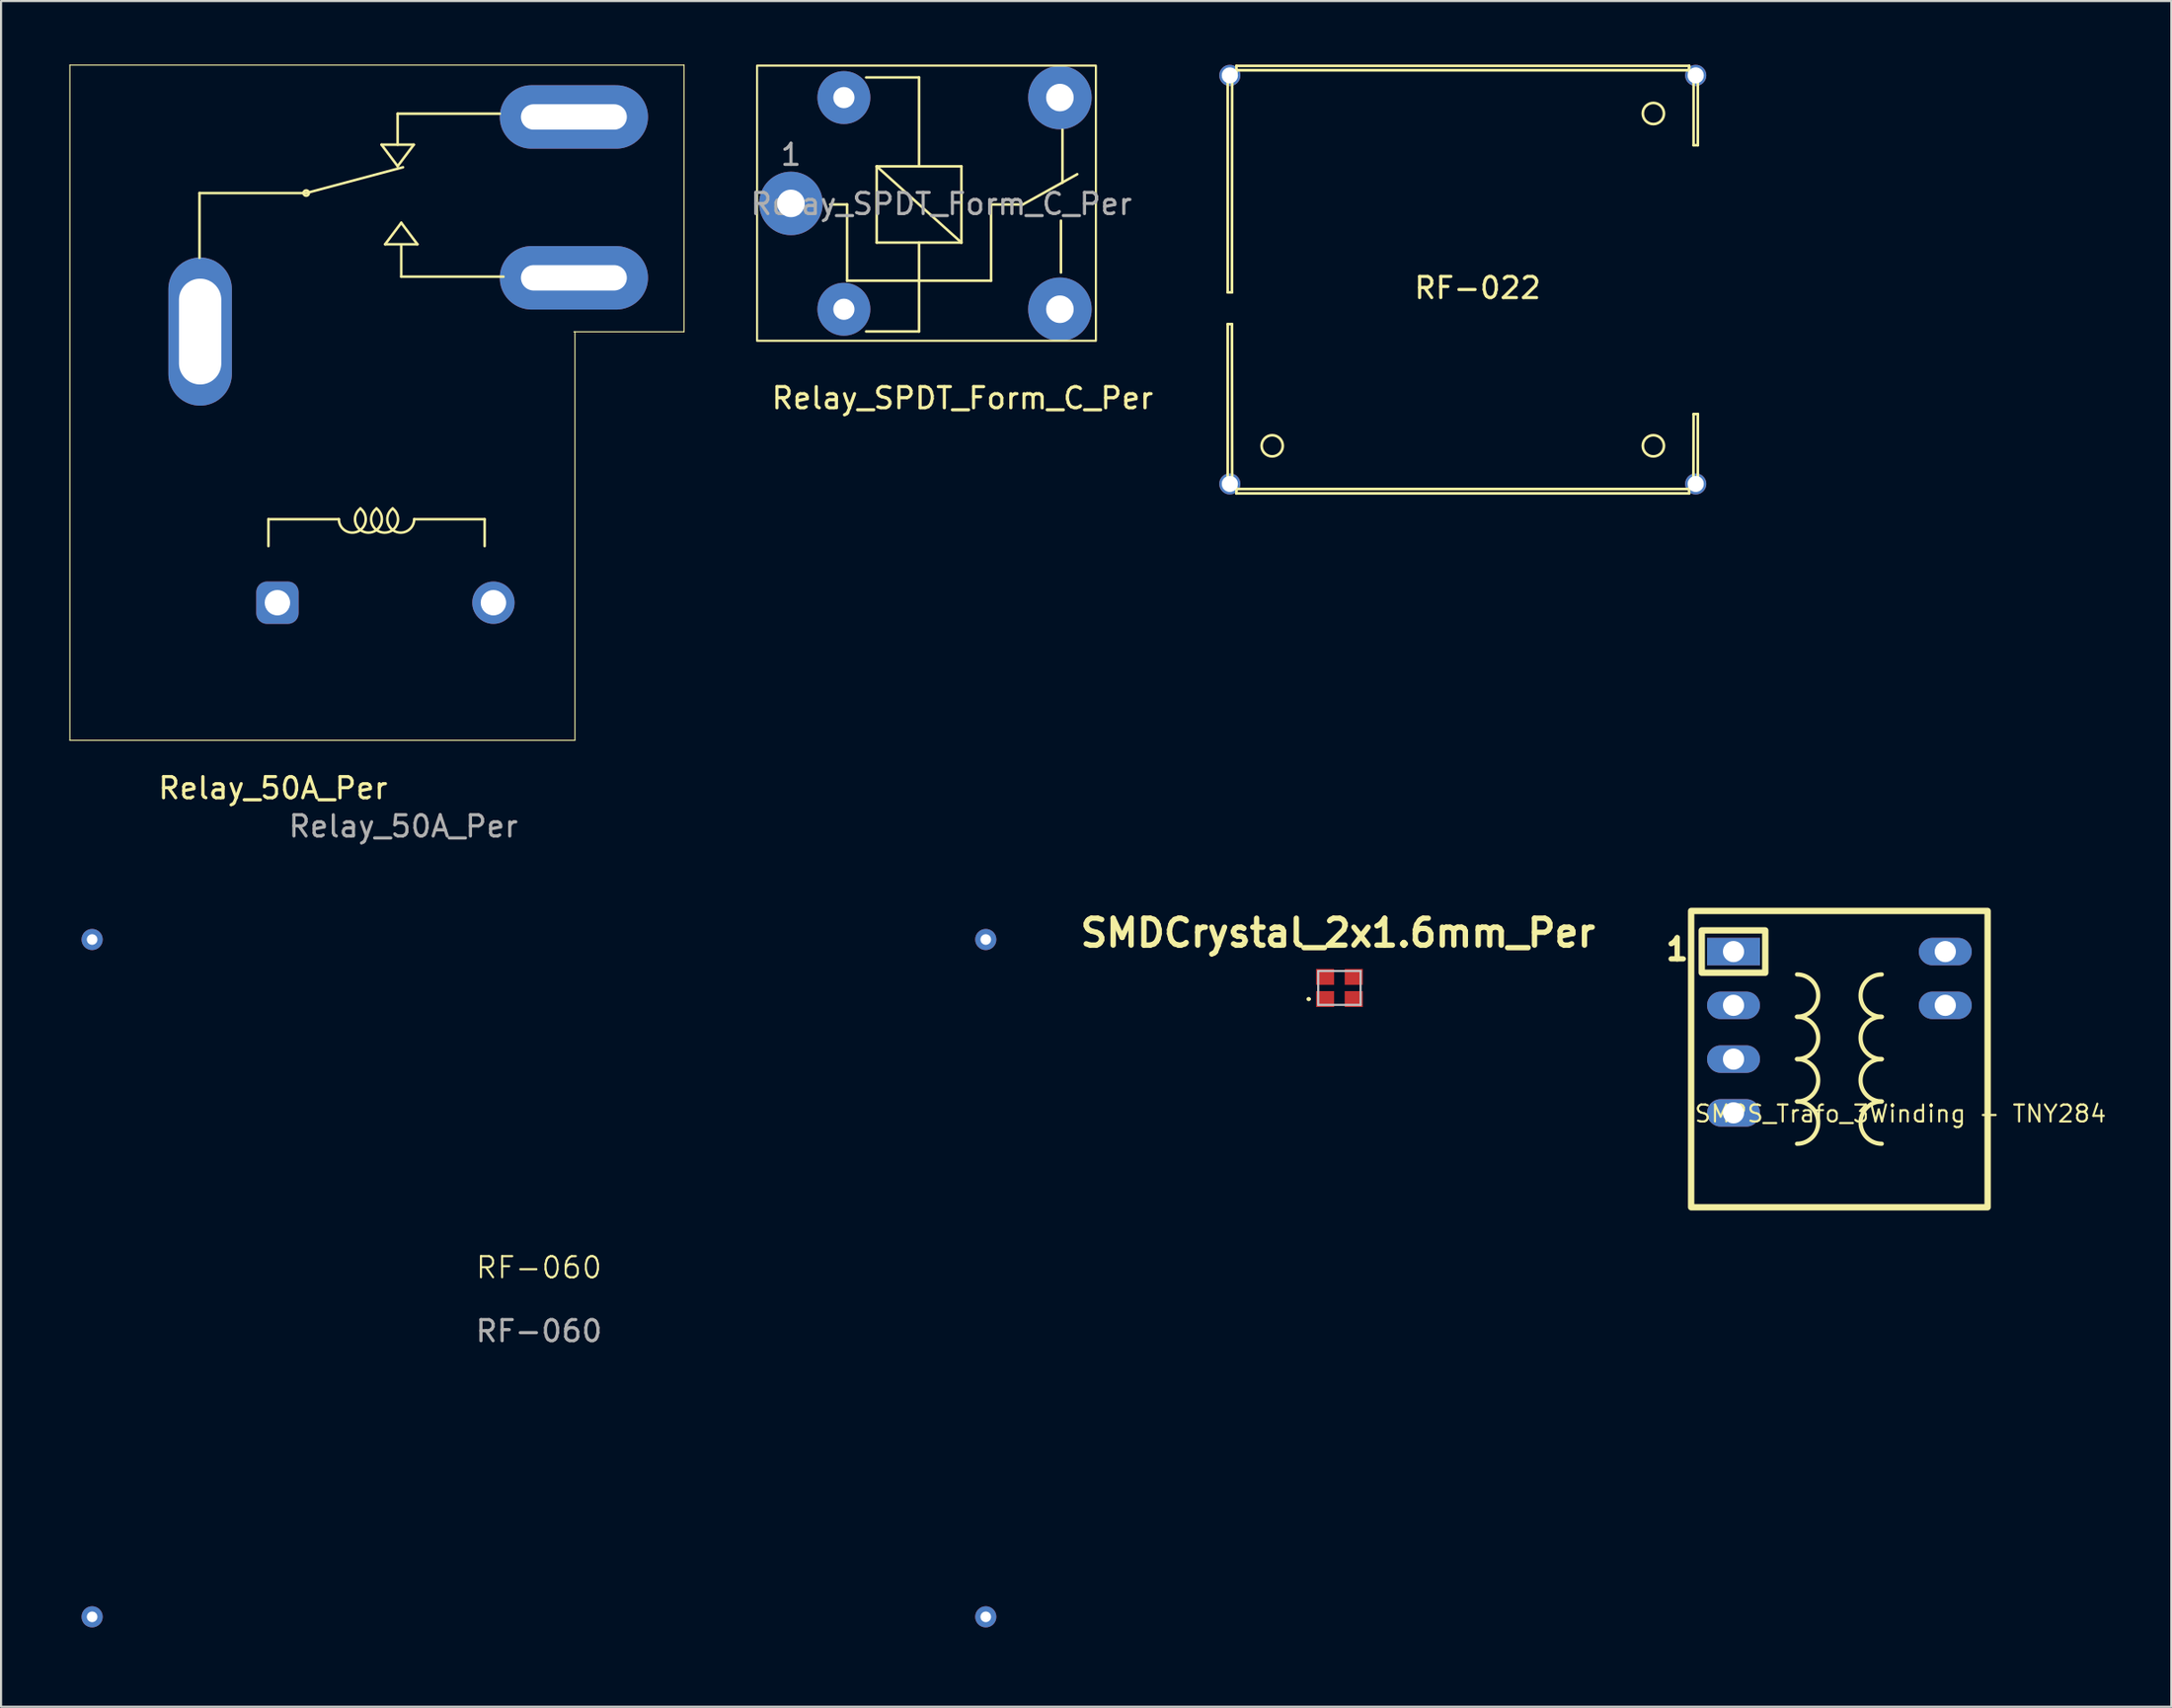
<source format=kicad_pcb>
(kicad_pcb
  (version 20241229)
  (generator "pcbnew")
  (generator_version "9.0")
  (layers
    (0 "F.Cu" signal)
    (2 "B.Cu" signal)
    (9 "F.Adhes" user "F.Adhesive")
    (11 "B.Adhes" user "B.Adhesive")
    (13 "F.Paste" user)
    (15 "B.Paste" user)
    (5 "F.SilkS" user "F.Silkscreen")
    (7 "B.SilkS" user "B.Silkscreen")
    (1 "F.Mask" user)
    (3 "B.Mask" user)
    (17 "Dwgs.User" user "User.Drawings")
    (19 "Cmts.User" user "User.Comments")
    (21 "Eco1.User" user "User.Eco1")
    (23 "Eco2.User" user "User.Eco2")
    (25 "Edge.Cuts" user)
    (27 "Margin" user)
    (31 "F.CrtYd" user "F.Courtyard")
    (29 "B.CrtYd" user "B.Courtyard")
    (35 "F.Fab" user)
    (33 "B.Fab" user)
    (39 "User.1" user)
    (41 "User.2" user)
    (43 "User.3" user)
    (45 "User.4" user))
  (footprint "Relay_50A_Per"
    (layer "F.Cu")
    (at 0.25 31.925)
    (property "Reference" "Relay_50A_Per" (at 9.59 2.26 180) (layer "F.SilkS") (effects (font (size 1 1) (thickness 0.15))))
    (attr through_hole)
    (fp_line (start 0 -31.9) (end 29 -31.9) (stroke (width 0.05) (type default)) (layer "F.SilkS"))
    (fp_line (start 0 0) (end 0 -31.9) (stroke (width 0.05) (type default)) (layer "F.SilkS"))
    (fp_line (start 6.12 -25.854) (end 6.12 -22.798) (stroke (width 0.12) (type solid)) (layer "F.SilkS"))
    (fp_line (start 9.375 -9.174) (end 9.375 -10.444) (stroke (width 0.12) (type solid)) (layer "F.SilkS"))
    (fp_line (start 11.16 -25.854) (end 6.12 -25.854) (stroke (width 0.12) (type solid)) (layer "F.SilkS"))
    (fp_line (start 11.16 -25.854) (end 15.732 -27.073) (stroke (width 0.12) (type solid)) (layer "F.SilkS"))
    (fp_line (start 12.702 -10.444) (end 9.375 -10.444) (stroke (width 0.12) (type solid)) (layer "F.SilkS"))
    (fp_line (start 15.478 -29.604) (end 20.304 -29.604) (stroke (width 0.12) (type solid)) (layer "F.SilkS"))
    (fp_line (start 15.478 -28.14) (end 15.478 -29.604) (stroke (width 0.12) (type solid)) (layer "F.SilkS"))
    (fp_line (start 15.478 -27.124) (end 14.716 -28.14) (stroke (width 0.12) (type solid)) (layer "F.SilkS"))
    (fp_line (start 15.648 -24.45) (end 14.886 -23.434) (stroke (width 0.12) (type solid)) (layer "F.SilkS"))
    (fp_line (start 15.648 -23.368) (end 15.648 -21.904) (stroke (width 0.12) (type solid)) (layer "F.SilkS"))
    (fp_line (start 15.648 -21.904) (end 20.474 -21.904) (stroke (width 0.12) (type solid)) (layer "F.SilkS"))
    (fp_line (start 16.24 -28.14) (end 14.716 -28.14) (stroke (width 0.12) (type solid)) (layer "F.SilkS"))
    (fp_line (start 16.24 -28.14) (end 15.478 -27.124) (stroke (width 0.12) (type solid)) (layer "F.SilkS"))
    (fp_line (start 16.41 -23.434) (end 14.886 -23.434) (stroke (width 0.12) (type solid)) (layer "F.SilkS"))
    (fp_line (start 16.41 -23.434) (end 15.648 -24.45) (stroke (width 0.12) (type solid)) (layer "F.SilkS"))
    (fp_line (start 19.585 -10.444) (end 16.258 -10.444) (stroke (width 0.12) (type solid)) (layer "F.SilkS"))
    (fp_line (start 19.585 -10.444) (end 19.585 -9.174) (stroke (width 0.12) (type solid)) (layer "F.SilkS"))
    (fp_line (start 23.8 -19.3) (end 29 -19.3) (stroke (width 0.05) (type default)) (layer "F.SilkS"))
    (fp_line (start 23.85 0) (end 0 0) (stroke (width 0.05) (type default)) (layer "F.SilkS"))
    (fp_line (start 23.85 0) (end 23.85 -19.3) (stroke (width 0.05) (type default)) (layer "F.SilkS"))
    (fp_line (start 29 -31.9) (end 29 -19.3) (stroke (width 0.05) (type default)) (layer "F.SilkS"))
    (fp_arc (start 13.718267 -10.9518) (mid 13.620832 -9.875964) (end 12.702 -10.444) (stroke (width 0.12) (type solid)) (layer "F.SilkS"))
    (fp_arc (start 14.479645 -10.952265) (mid 14.099222 -9.809001) (end 13.717999 -10.952) (stroke (width 0.12) (type solid)) (layer "F.SilkS"))
    (fp_arc (start 15.241644 -10.952266) (mid 14.861223 -9.809001) (end 14.479998 -10.952001) (stroke (width 0.12) (type solid)) (layer "F.SilkS"))
    (fp_arc (start 16.257997 -10.444002) (mid 15.339171 -9.875966) (end 15.24173 -10.951802) (stroke (width 0.12) (type solid)) (layer "F.SilkS"))
    (fp_circle (center 11.16 -25.854) (end 11.287 -25.854) (stroke (width 0.12) (type solid)) (fill no) (layer "F.SilkS"))
    (fp_text user "${REFERENCE}" (at 15.748 4.064 180) (layer "F.Fab") (effects (font (size 1 1) (thickness 0.15))))
    (pad "11" thru_hole oval (at 6.15 -19.31 270) (size 7 3) (drill oval 5 2) (layers "*.Cu" "*.Mask"))
    (pad "12" thru_hole oval (at 23.8 -29.45 270) (size 3 7) (drill oval 1.2 5) (layers "*.Cu" "*.Mask"))
    (pad "14" thru_hole oval (at 23.8 -21.85 270) (size 3 7) (drill oval 1.2 5) (layers "*.Cu" "*.Mask"))
    (pad "A1" thru_hole roundrect (at 9.8 -6.5 270) (size 2 2) (drill 1.2) (layers "*.Cu" "*.Mask") (roundrect_rratio 0.25))
    (pad "A2" thru_hole circle (at 20 -6.5 270) (size 2 2) (drill 1.2) (layers "*.Cu" "*.Mask")))
  (footprint "RF-022"
    (layer "F.Cu")
    (at 66.025 10.162)
    (property "Reference" "RF-022" (at 0.699 0.392 0) (unlocked yes) (layer "F.SilkS") (effects (font (size 1 1) (thickness 0.15))))
    (attr through_hole)
    (fp_line (start -11.1 -9.393) (end -10.9 -9.393) (stroke (width 0.125) (type default)) (layer "F.SilkS"))
    (fp_line (start -11.1 -9.393) (end -10.89 -9.69) (stroke (width 0.05) (type default)) (layer "F.SilkS"))
    (fp_line (start -11.1 0.6) (end -11.1 -9.69) (stroke (width 0.125) (type default)) (layer "F.SilkS"))
    (fp_line (start -11.1 0.6) (end -10.9 0.6) (stroke (width 0.125) (type default)) (layer "F.SilkS"))
    (fp_line (start -11.1 2.1) (end -11.1 9.69) (stroke (width 0.125) (type default)) (layer "F.SilkS"))
    (fp_line (start -11.1 2.1) (end -10.9 2.1) (stroke (width 0.125) (type default)) (layer "F.SilkS"))
    (fp_line (start -11.1 9.393) (end -10.9 9.393) (stroke (width 0.09) (type default)) (layer "F.SilkS"))
    (fp_line (start -11.1 9.69) (end -10.89 9.69) (stroke (width 0.125) (type default)) (layer "F.SilkS"))
    (fp_line (start -10.9 -9.393) (end -11.1 -9.69) (stroke (width 0.05) (type default)) (layer "F.SilkS"))
    (fp_line (start -10.9 0.6) (end -10.89 -9.69) (stroke (width 0.125) (type default)) (layer "F.SilkS"))
    (fp_line (start -10.9 2.1) (end -10.89 9.69) (stroke (width 0.125) (type default)) (layer "F.SilkS"))
    (fp_line (start -10.89 9.69) (end -10.9 9.69) (stroke (width 0.125) (type default)) (layer "F.SilkS"))
    (fp_line (start -10.69 -10.1) (end -10.69 -9.69) (stroke (width 0.125) (type default)) (layer "F.SilkS"))
    (fp_line (start -10.69 -9.9) (end 10.69 -9.9) (stroke (width 0.09) (type default)) (layer "F.SilkS"))
    (fp_line (start -10.69 -9.69) (end -11.1 -9.69) (stroke (width 0.125) (type default)) (layer "F.SilkS"))
    (fp_line (start -10.69 9.9) (end -10.69 10.1) (stroke (width 0.125) (type default)) (layer "F.SilkS"))
    (fp_line (start -10.69 10.1) (end -10.69 9.9) (stroke (width 0.125) (type default)) (layer "F.SilkS"))
    (fp_line (start -10.69 10.1) (end 10.69 10.1) (stroke (width 0.125) (type default)) (layer "F.SilkS"))
    (fp_line (start -10.69 9.89) (end 10.69 9.89) (stroke (width 0.125) (type default)) (layer "F.SilkS"))
    (fp_line (start 10.69 -10.1) (end -10.69 -10.1) (stroke (width 0.125) (type default)) (layer "F.SilkS"))
    (fp_line (start 10.69 -10.1) (end 10.69 -9.9) (stroke (width 0.125) (type default)) (layer "F.SilkS"))
    (fp_line (start 10.69 -9.9) (end 10.69 -10.1) (stroke (width 0.125) (type default)) (layer "F.SilkS"))
    (fp_line (start 10.69 9.9) (end -10.69 9.9) (stroke (width 0.09) (type default)) (layer "F.SilkS"))
    (fp_line (start 10.69 10.1) (end 10.69 9.89) (stroke (width 0.125) (type default)) (layer "F.SilkS"))
    (fp_line (start 10.69 -9.89) (end -10.69 -9.89) (stroke (width 0.125) (type default)) (layer "F.SilkS"))
    (fp_line (start 10.89 9.69) (end 10.9 6.35) (stroke (width 0.125) (type default)) (layer "F.SilkS"))
    (fp_line (start 10.9 -9.69) (end 10.9 -6.35) (stroke (width 0.125) (type default)) (layer "F.SilkS"))
    (fp_line (start 10.9 9.69) (end 11.1 9.69) (stroke (width 0.125) (type default)) (layer "F.SilkS"))
    (fp_line (start 11.1 -9.69) (end 11.1 -6.35) (stroke (width 0.125) (type default)) (layer "F.SilkS"))
    (fp_line (start 11.1 -9.69) (end 10.9 -9.69) (stroke (width 0.125) (type default)) (layer "F.SilkS"))
    (fp_line (start 11.1 -9.69) (end 10.9 -9.69) (stroke (width 0.125) (type default)) (layer "F.SilkS"))
    (fp_line (start 11.1 -9.393) (end 10.9 -9.393) (stroke (width 0.09) (type default)) (layer "F.SilkS"))
    (fp_line (start 11.1 -6.35) (end 10.9 -6.35) (stroke (width 0.125) (type default)) (layer "F.SilkS"))
    (fp_line (start 11.1 6.35) (end 10.9 6.35) (stroke (width 0.125) (type default)) (layer "F.SilkS"))
    (fp_line (start 11.1 9.393) (end 10.9 9.393) (stroke (width 0.09) (type default)) (layer "F.SilkS"))
    (fp_line (start 11.1 9.69) (end 11.1 6.35) (stroke (width 0.125) (type default)) (layer "F.SilkS"))
    (fp_line (start 11.1 9.69) (end 11.1 9.393) (stroke (width 0.125) (type default)) (layer "F.SilkS"))
    (fp_arc (start -10.889956 9.69) (mid -10.748541 9.74858) (end -10.689976 9.89) (stroke (width 0.125) (type default)) (layer "F.SilkS"))
    (fp_arc (start -10.690002 -9.89) (mid -10.748612 -9.748601) (end -10.89 -9.689966) (stroke (width 0.125) (type default)) (layer "F.SilkS"))
    (fp_arc (start 10.69 9.89) (mid 10.74858 9.748586) (end 10.89 9.69002) (stroke (width 0.125) (type default)) (layer "F.SilkS"))
    (fp_arc (start 10.89 -9.690001) (mid 10.748601 -9.748594) (end 10.690028 -9.89) (stroke (width 0.125) (type default)) (layer "F.SilkS"))
    (fp_circle (center -9 7.85) (end -8.5 7.85) (stroke (width 0.125) (type default)) (fill no) (layer "F.SilkS"))
    (fp_circle (center 9 -7.85) (end 9.5 -7.85) (stroke (width 0.125) (type default)) (fill no) (layer "F.SilkS"))
    (fp_circle (center 9 7.85) (end 9.5 7.85) (stroke (width 0.125) (type default)) (fill no) (layer "F.SilkS"))
    (pad "1" thru_hole circle (at -11 -9.65) (size 1 1) (drill 0.762) (layers "*.Cu" "*.Mask"))
    (pad "1" thru_hole circle (at -11 9.65) (size 1 1) (drill 0.762) (layers "*.Cu" "*.Mask"))
    (pad "1" thru_hole circle (at 11 -9.65) (size 1 1) (drill 0.762) (layers "*.Cu" "*.Mask"))
    (pad "1" thru_hole circle (at 11 9.65) (size 1 1) (drill 0.762) (layers "*.Cu" "*.Mask")))
  (footprint "SMDCrystal_2x1.6mm_Per"
    (layer "F.Cu")
    (at 60.199 43.626)
    (property "Reference" "SMDCrystal_2x1.6mm_Per" (at -0.07 -2.6 0) (layer "F.SilkS") (effects (font (size 1.27 1.27) (thickness 0.254))))
    (attr smd)
    (fp_line (start -1.5 0.525) (end -1.5 0.525) (stroke (width 0.1) (type solid)) (layer "F.SilkS"))
    (fp_line (start -1.4 0.525) (end -1.4 0.525) (stroke (width 0.1) (type solid)) (layer "F.SilkS"))
    (fp_arc (start -1.5 0.525) (mid -1.45 0.475) (end -1.4 0.525) (stroke (width 0.1) (type solid)) (layer "F.SilkS"))
    (fp_arc (start -1.4 0.525) (mid -1.45 0.575) (end -1.5 0.525) (stroke (width 0.1) (type solid)) (layer "F.SilkS"))
    (fp_line (start -1 -0.8) (end 1 -0.8) (stroke (width 0.1) (type solid)) (layer "Dwgs.User"))
    (fp_line (start -1 0.8) (end -1 -0.8) (stroke (width 0.1) (type solid)) (layer "Dwgs.User"))
    (fp_line (start 1 -0.8) (end 1 0.8) (stroke (width 0.1) (type solid)) (layer "Dwgs.User"))
    (fp_line (start 1 0.8) (end -1 0.8) (stroke (width 0.1) (type solid)) (layer "Dwgs.User"))
    (pad "1" smd rect (at -0.675 0.525 90) (size 0.75 0.85) (layers "F.Cu" "F.Mask" "F.Paste"))
    (pad "2" smd rect (at -0.675 -0.525 90) (size 0.75 0.85) (layers "F.Cu" "F.Mask" "F.Paste"))
    (pad "2" smd rect (at 0.675 0.525 90) (size 0.75 0.85) (layers "F.Cu" "F.Mask" "F.Paste"))
    (pad "3" smd rect (at 0.675 -0.525 90) (size 0.75 0.85) (layers "F.Cu" "F.Mask" "F.Paste")))
  (footprint "RF-060"
    (layer "F.Cu")
    (at 22.4 57.337)
    (property "Reference" "RF-060" (at 0 -0.5 0) (unlocked yes) (layer "F.SilkS") (effects (font (size 1 1) (thickness 0.1))))
    (attr smd)
    (fp_rect (start -21.9 -17) (end 21.85 16.75) (stroke (width 1) (type default)) (fill no) (layer "F.Mask"))
    (fp_rect (start -21.4 -16.5) (end -21.2 16.3) (stroke (width 0.15) (type solid)) (fill yes) (layer "F.Mask"))
    (fp_rect (start -21.4 -16.5) (end 21.4 -16.3) (stroke (width 0.15) (type solid)) (fill yes) (layer "F.Mask"))
    (fp_rect (start -21.4 16.1) (end 21.4 16.3) (stroke (width 0.15) (type solid)) (fill yes) (layer "F.Mask"))
    (fp_rect (start 21.2 -16.5) (end 21.4 16.3) (stroke (width 0.15) (type solid)) (fill yes) (layer "F.Mask"))
    (fp_text user "${REFERENCE}" (at 0 2.5 0) (unlocked yes) (layer "F.Fab") (effects (font (size 1 1) (thickness 0.15))))
    (pad "1" thru_hole circle (at -21.1 -16) (size 1 1) (drill 0.5) (layers "*.Cu" "*.Mask"))
    (pad "1" thru_hole circle (at -21.1 16) (size 1 1) (drill 0.5) (layers "*.Cu" "*.Mask"))
    (pad "1" thru_hole circle (at 21.1 -16) (size 1 1) (drill 0.5) (layers "*.Cu" "*.Mask"))
    (pad "1" thru_hole circle (at 21.1 16) (size 1 1) (drill 0.5) (layers "*.Cu" "*.Mask")))
  (footprint "SMPS_Trafo_3Winding - TNY284"
    (layer "F.Cu")
    (at 83.809 46.987)
    (property "Reference" "SMPS_Trafo_3Winding - TNY284" (at -6.895 3.048 0) (unlocked yes) (layer "F.SilkS") (effects (font (size 0.8 0.8) (thickness 0.1)) (justify left bottom)))
    (fp_rect (start -7 -7) (end 7 7) (stroke (width 0.3) (type default)) (fill no) (layer "F.SilkS"))
    (fp_rect (start -6.5 -6.08) (end -3.5 -4.08) (stroke (width 0.3) (type default)) (fill no) (layer "F.SilkS"))
    (fp_arc (start -2 -4) (mid -1 -3) (end -2 -2) (stroke (width 0.2) (type default)) (layer "F.SilkS"))
    (fp_arc (start -2 -2) (mid -1 -1) (end -2 0) (stroke (width 0.2) (type default)) (layer "F.SilkS"))
    (fp_arc (start -2 0) (mid -1 1) (end -2 2) (stroke (width 0.2) (type default)) (layer "F.SilkS"))
    (fp_arc (start -2 2) (mid -1 3) (end -2 4) (stroke (width 0.2) (type default)) (layer "F.SilkS"))
    (fp_arc (start 2 -2) (mid 1 -3) (end 2 -4) (stroke (width 0.2) (type default)) (layer "F.SilkS"))
    (fp_arc (start 2 0) (mid 1 -1) (end 2 -2) (stroke (width 0.2) (type default)) (layer "F.SilkS"))
    (fp_arc (start 2 2) (mid 1 1) (end 2 0) (stroke (width 0.2) (type default)) (layer "F.SilkS"))
    (fp_arc (start 2 4) (mid 1 3) (end 2 2) (stroke (width 0.2) (type default)) (layer "F.SilkS"))
    (fp_text user "1" (at -8.3 -4.6 0) (unlocked yes) (layer "F.SilkS") (effects (font (size 1 1) (thickness 0.25) (bold yes)) (justify left bottom)))
    (pad "1" thru_hole rect (at -5 -5.08) (size 2.5 1.3) (drill 1) (layers "*.Cu" "*.Mask"))
    (pad "2" thru_hole oval (at -5 -2.54) (size 2.5 1.3) (drill 1) (layers "*.Cu" "*.Mask"))
    (pad "3" thru_hole oval (at -5 0) (size 2.5 1.3) (drill 1) (layers "*.Cu" "*.Mask"))
    (pad "4" thru_hole oval (at -5 2.54) (size 2.5 1.3) (drill 1) (layers "*.Cu" "*.Mask"))
    (pad "9" thru_hole oval (at 5 -2.54) (size 2.5 1.3) (drill 1) (layers "*.Cu" "*.Mask"))
    (pad "10" thru_hole oval (at 5 -5.08) (size 2.5 1.3) (drill 1) (layers "*.Cu" "*.Mask")))
  (footprint "Relay_SPDT_Form_C_Per"
    (layer "F.Cu")
    (at 34.3 6.56)
    (property "Reference" "Relay_SPDT_Form_C_Per" (at 8.1 9.2 0) (layer "F.SilkS") (effects (font (size 1 1) (thickness 0.15))))
    (attr through_hole)
    (fp_line (start 2.65 0.05) (end 1.85 0.05) (stroke (width 0.12) (type solid)) (layer "F.SilkS"))
    (fp_line (start 2.65 0.05) (end 2.65 3.65) (stroke (width 0.12) (type solid)) (layer "F.SilkS"))
    (fp_line (start 3.55 6.05) (end 6.05 6.05) (stroke (width 0.12) (type solid)) (layer "F.SilkS"))
    (fp_line (start 4.05 -1.75) (end 8.05 -1.75) (stroke (width 0.12) (type solid)) (layer "F.SilkS"))
    (fp_line (start 4.05 1.85) (end 4.05 -1.75) (stroke (width 0.12) (type solid)) (layer "F.SilkS"))
    (fp_line (start 6.05 -5.95) (end 3.55 -5.95) (stroke (width 0.12) (type solid)) (layer "F.SilkS"))
    (fp_line (start 6.05 -5.95) (end 6.05 -1.75) (stroke (width 0.12) (type solid)) (layer "F.SilkS"))
    (fp_line (start 6.05 1.85) (end 6.05 6.05) (stroke (width 0.12) (type solid)) (layer "F.SilkS"))
    (fp_line (start 8.05 -1.75) (end 8.05 1.85) (stroke (width 0.12) (type solid)) (layer "F.SilkS"))
    (fp_line (start 8.05 1.85) (end 4.05 -1.75) (stroke (width 0.12) (type solid)) (layer "F.SilkS"))
    (fp_line (start 8.05 1.85) (end 4.05 1.85) (stroke (width 0.12) (type solid)) (layer "F.SilkS"))
    (fp_line (start 9.45 0.05) (end 9.45 3.65) (stroke (width 0.12) (type solid)) (layer "F.SilkS"))
    (fp_line (start 9.45 0.05) (end 10.95 0.05) (stroke (width 0.12) (type solid)) (layer "F.SilkS"))
    (fp_line (start 9.45 3.65) (end 2.65 3.65) (stroke (width 0.12) (type solid)) (layer "F.SilkS"))
    (fp_line (start 10.95 0.05) (end 13.52 -1.38) (stroke (width 0.12) (type solid)) (layer "F.SilkS"))
    (fp_line (start 12.75 3.265) (end 12.75 0.815) (stroke (width 0.12) (type solid)) (layer "F.SilkS"))
    (fp_line (start 12.82 -3.48) (end 12.82 -0.98) (stroke (width 0.12) (type solid)) (layer "F.SilkS"))
    (fp_rect (start -1.6 -6.51) (end 14.4 6.49) (stroke (width 0.1) (type default)) (fill no) (layer "F.SilkS"))
    (fp_text user "${REFERENCE}" (at 7.1 0.025 0) (layer "F.Fab") (effects (font (size 1 1) (thickness 0.15))))
    (fp_text user "1" (at 0 -2.3 0) (layer "F.Fab") (effects (font (size 1 1) (thickness 0.15))))
    (pad "1" thru_hole circle (at 0 0 90) (size 3 3) (drill 1.3) (layers "*.Cu" "*.Mask"))
    (pad "2" thru_hole circle (at 2.5 5 90) (size 2.5 2.5) (drill 1) (layers "*.Cu" "*.Mask"))
    (pad "3" thru_hole circle (at 12.7 5 90) (size 3 3) (drill 1.3) (layers "*.Cu" "*.Mask"))
    (pad "4" thru_hole circle (at 12.7 -5 90) (size 3 3) (drill 1.3) (layers "*.Cu" "*.Mask"))
    (pad "5" thru_hole circle (at 2.5 -5 90) (size 2.5 2.5) (drill 1) (layers "*.Cu" "*.Mask")))
  (gr_rect
    (start -3 -3)
    (end 99.483 77.587)
    (stroke (width 0.1) (type default))
    (fill no)
    (layer "Edge.Cuts")))
</source>
